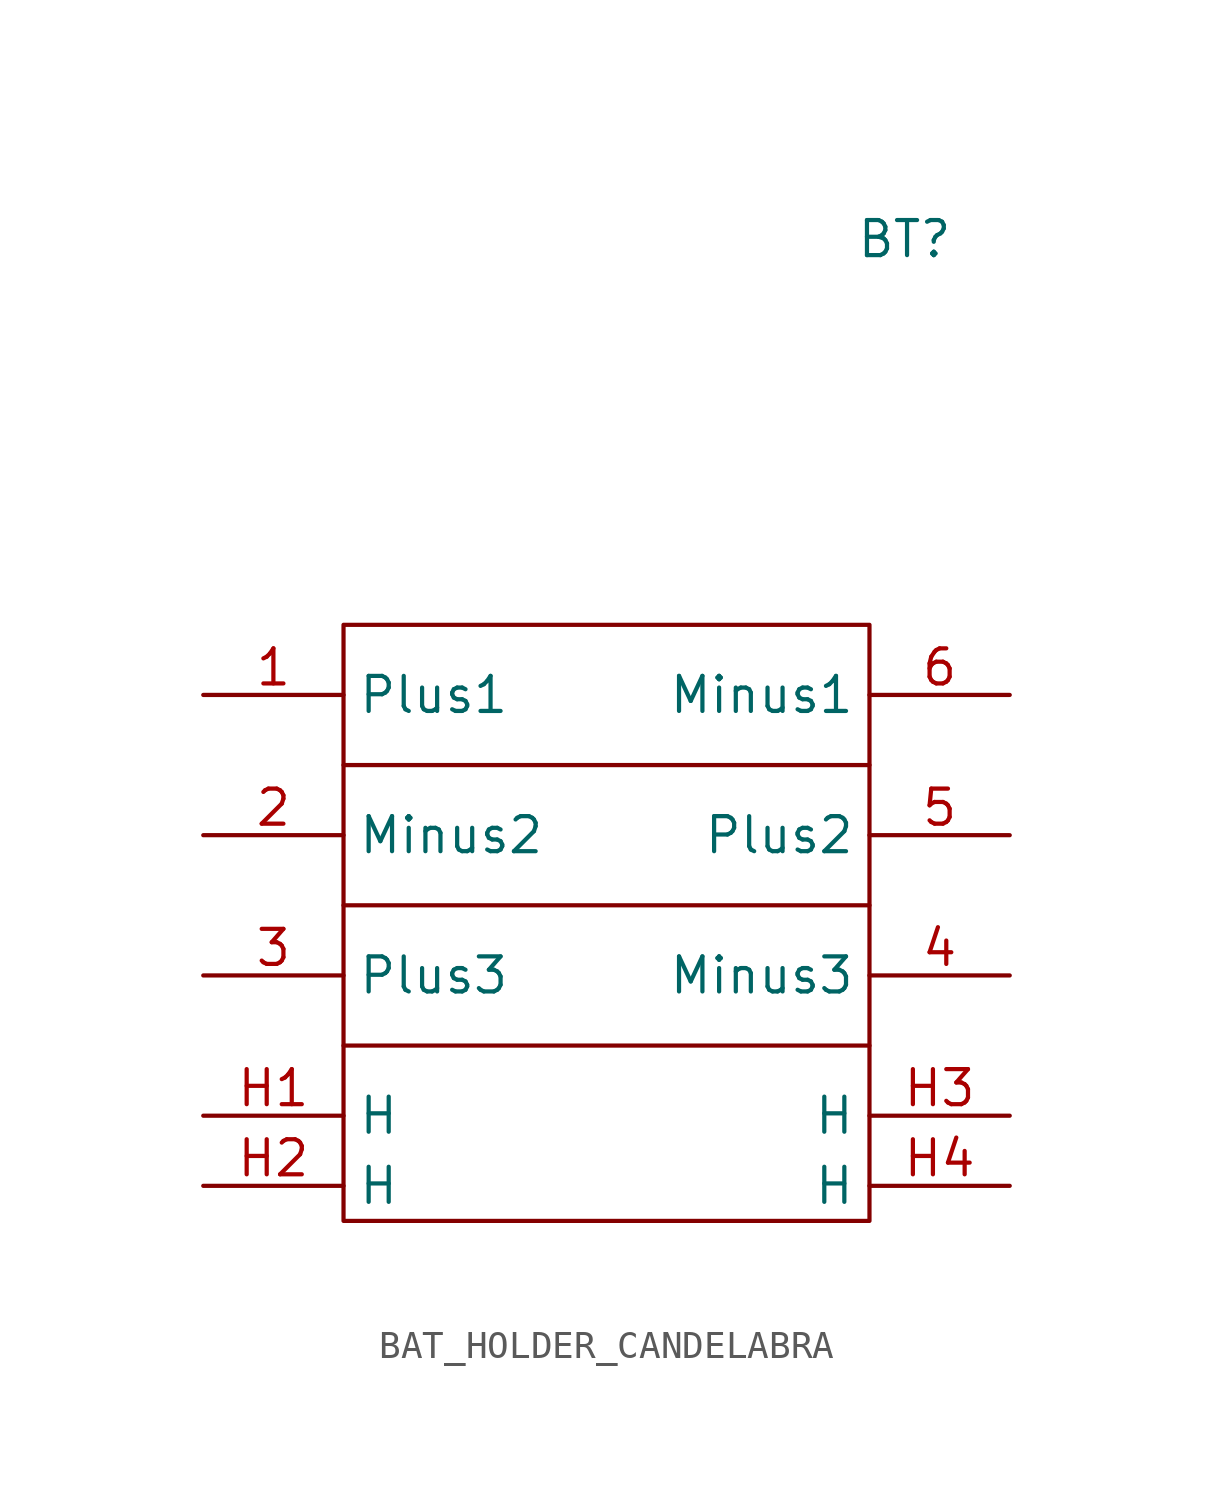
<source format=kicad_sym>
(kicad_symbol_lib
  (version 20220914)
  (generator kicad_symbol_editor)
  (symbol "BAT_HOLDER_CANDELABRA"
    (property "Reference" "BT"
      (at 10.16 21.59 0)
      (effects (font (size 1.27 1.27))))
    (symbol "BAT_HOLDER_CANDELABRA_0_1"
      (rectangle (start -10.16 7.62) (end 8.89 -13.97) (stroke (width 0) (type default)) (fill (type none)))
      (polyline (pts (xy -10.16 -7.62) (xy 8.89 -7.62)) (stroke (width 0) (type default)) (fill (type none)))
      (polyline (pts (xy -10.16 -2.54) (xy 8.89 -2.54)) (stroke (width 0) (type default)) (fill (type none)))
      (polyline (pts (xy -10.16 2.54) (xy 8.89 2.54)) (stroke (width 0) (type default)) (fill (type none))))
    (symbol "BAT_HOLDER_CANDELABRA_1_1"
      (pin passive line (at -15.24 5.08 0) (length 5.08) (name "Plus1" (effects (font (size 1.27 1.27)))) (number "1" (effects (font (size 1.27 1.27)))))
      (pin passive line (at -15.24 0 0) (length 5.08) (name "Minus2" (effects (font (size 1.27 1.27)))) (number "2" (effects (font (size 1.27 1.27)))))
      (pin passive line (at -15.24 -5.08 0) (length 5.08) (name "Plus3" (effects (font (size 1.27 1.27)))) (number "3" (effects (font (size 1.27 1.27)))))
      (pin passive line (at 13.97 -5.08 180) (length 5.08) (name "Minus3" (effects (font (size 1.27 1.27)))) (number "4" (effects (font (size 1.27 1.27)))))
      (pin passive line (at 13.97 0 180) (length 5.08) (name "Plus2" (effects (font (size 1.27 1.27)))) (number "5" (effects (font (size 1.27 1.27)))))
      (pin passive line (at 13.97 5.08 180) (length 5.08) (name "Minus1" (effects (font (size 1.27 1.27)))) (number "6" (effects (font (size 1.27 1.27)))))
      (pin passive line (at -15.24 -10.16 0) (length 5.08) (name "H" (effects (font (size 1.27 1.27)))) (number "H1" (effects (font (size 1.27 1.27)))))
      (pin passive line (at -15.24 -12.7 0) (length 5.08) (name "H" (effects (font (size 1.27 1.27)))) (number "H2" (effects (font (size 1.27 1.27)))))
      (pin passive line (at 13.97 -10.16 180) (length 5.08) (name "H" (effects (font (size 1.27 1.27)))) (number "H3" (effects (font (size 1.27 1.27)))))
      (pin passive line (at 13.97 -12.7 180) (length 5.08) (name "H" (effects (font (size 1.27 1.27)))) (number "H4" (effects (font (size 1.27 1.27))))))))
</source>
